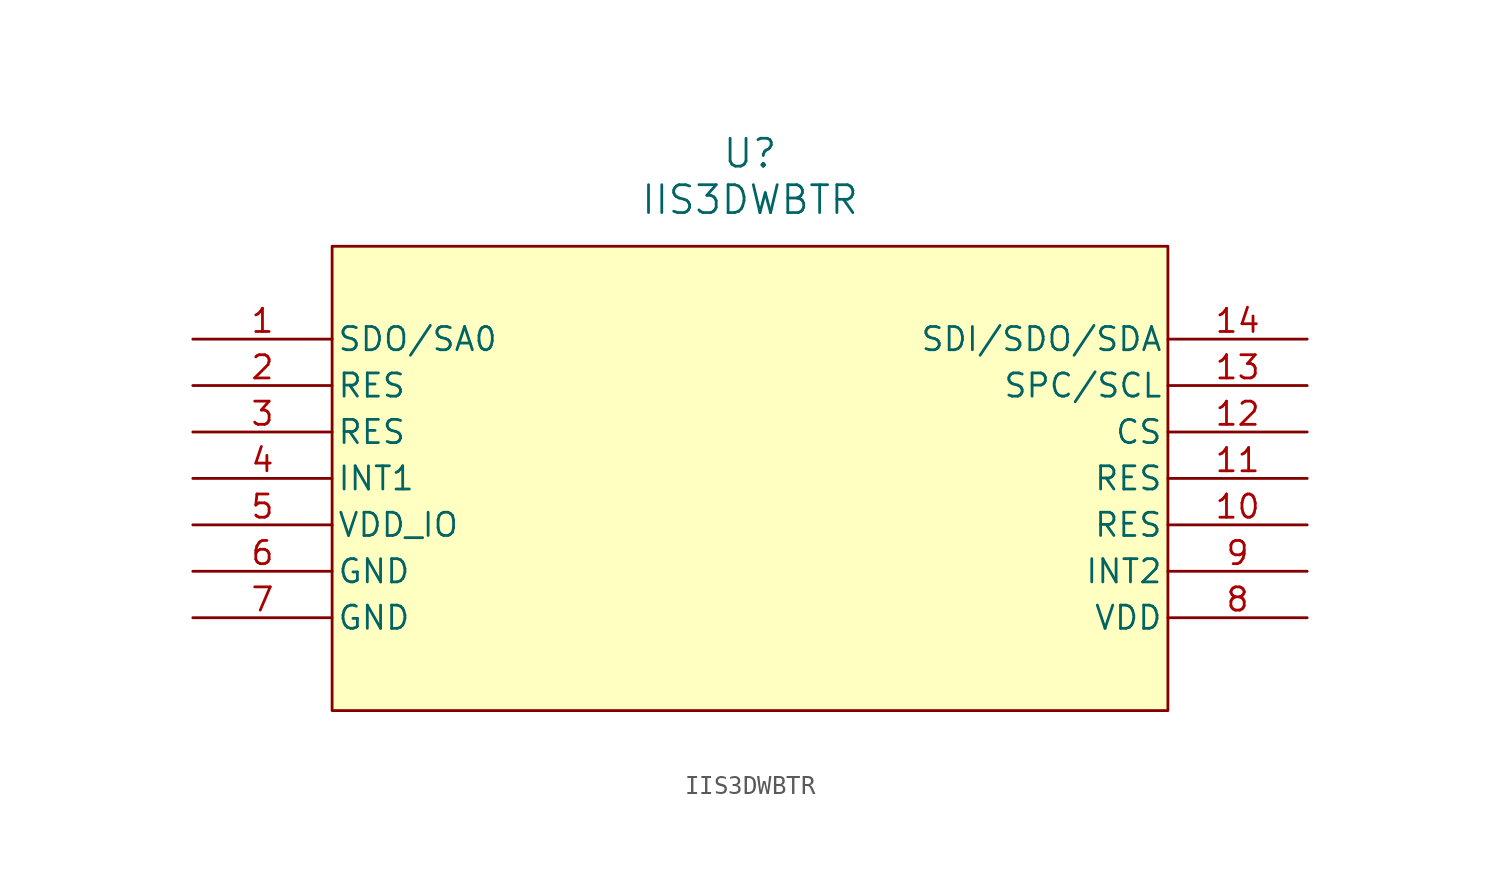
<source format=kicad_sym>
(kicad_symbol_lib
  (version 20220914)
  (generator kicad_symbol_editor)
  (symbol "IIS3DWBTR"
    (pin_names
      (offset 0.254))
    (property "Reference" "U"
      (at 30.48 10.16 0)
      (effects (font (size 1.524 1.524))))
    (property "Value" "IIS3DWBTR"
      (at 30.48 7.62 0)
      (effects (font (size 1.524 1.524))))
    (property "ki_locked" ""
      (at 0 0 0)
      (effects (font (size 1.27 1.27))))
    (symbol "IIS3DWBTR_0_1"
      (pin unspecified line (at 0 0 0) (length 7.62) (name "SDO/SA0" (effects (font (size 1.27 1.27)))) (number "1" (effects (font (size 1.27 1.27)))))
      (pin power_in line (at 60.96 -10.16 180) (length 7.62) (name "RES" (effects (font (size 1.27 1.27)))) (number "10" (effects (font (size 1.27 1.27)))))
      (pin power_in line (at 60.96 -7.62 180) (length 7.62) (name "RES" (effects (font (size 1.27 1.27)))) (number "11" (effects (font (size 1.27 1.27)))))
      (pin input line (at 60.96 -5.08 180) (length 7.62) (name "CS" (effects (font (size 1.27 1.27)))) (number "12" (effects (font (size 1.27 1.27)))))
      (pin unspecified line (at 60.96 -2.54 180) (length 7.62) (name "SPC/SCL" (effects (font (size 1.27 1.27)))) (number "13" (effects (font (size 1.27 1.27)))))
      (pin unspecified line (at 60.96 0 180) (length 7.62) (name "SDI/SDO/SDA" (effects (font (size 1.27 1.27)))) (number "14" (effects (font (size 1.27 1.27)))))
      (pin input line (at 0 -7.62 0) (length 7.62) (name "INT1" (effects (font (size 1.27 1.27)))) (number "4" (effects (font (size 1.27 1.27)))))
      (pin power_in line (at 0 -10.16 0) (length 7.62) (name "VDD_IO" (effects (font (size 1.27 1.27)))) (number "5" (effects (font (size 1.27 1.27)))))
      (pin power_in line (at 60.96 -15.24 180) (length 7.62) (name "VDD" (effects (font (size 1.27 1.27)))) (number "8" (effects (font (size 1.27 1.27)))))
      (pin input line (at 60.96 -12.7 180) (length 7.62) (name "INT2" (effects (font (size 1.27 1.27)))) (number "9" (effects (font (size 1.27 1.27))))))
    (symbol "IIS3DWBTR_1_1"
      (rectangle (start 7.62 5.08) (end 53.34 -20.32) (stroke (width 0) (type default)) (fill (type background)))
      (pin power_in line (at 0 -2.54 0) (length 7.62) (name "RES" (effects (font (size 1.27 1.27)))) (number "2" (effects (font (size 1.27 1.27)))))
      (pin power_in line (at 0 -5.08 0) (length 7.62) (name "RES" (effects (font (size 1.27 1.27)))) (number "3" (effects (font (size 1.27 1.27)))))
      (pin power_in line (at 0 -12.7 0) (length 7.62) (name "GND" (effects (font (size 1.27 1.27)))) (number "6" (effects (font (size 1.27 1.27)))))
      (pin power_in line (at 0 -15.24 0) (length 7.62) (name "GND" (effects (font (size 1.27 1.27)))) (number "7" (effects (font (size 1.27 1.27))))))))
</source>
